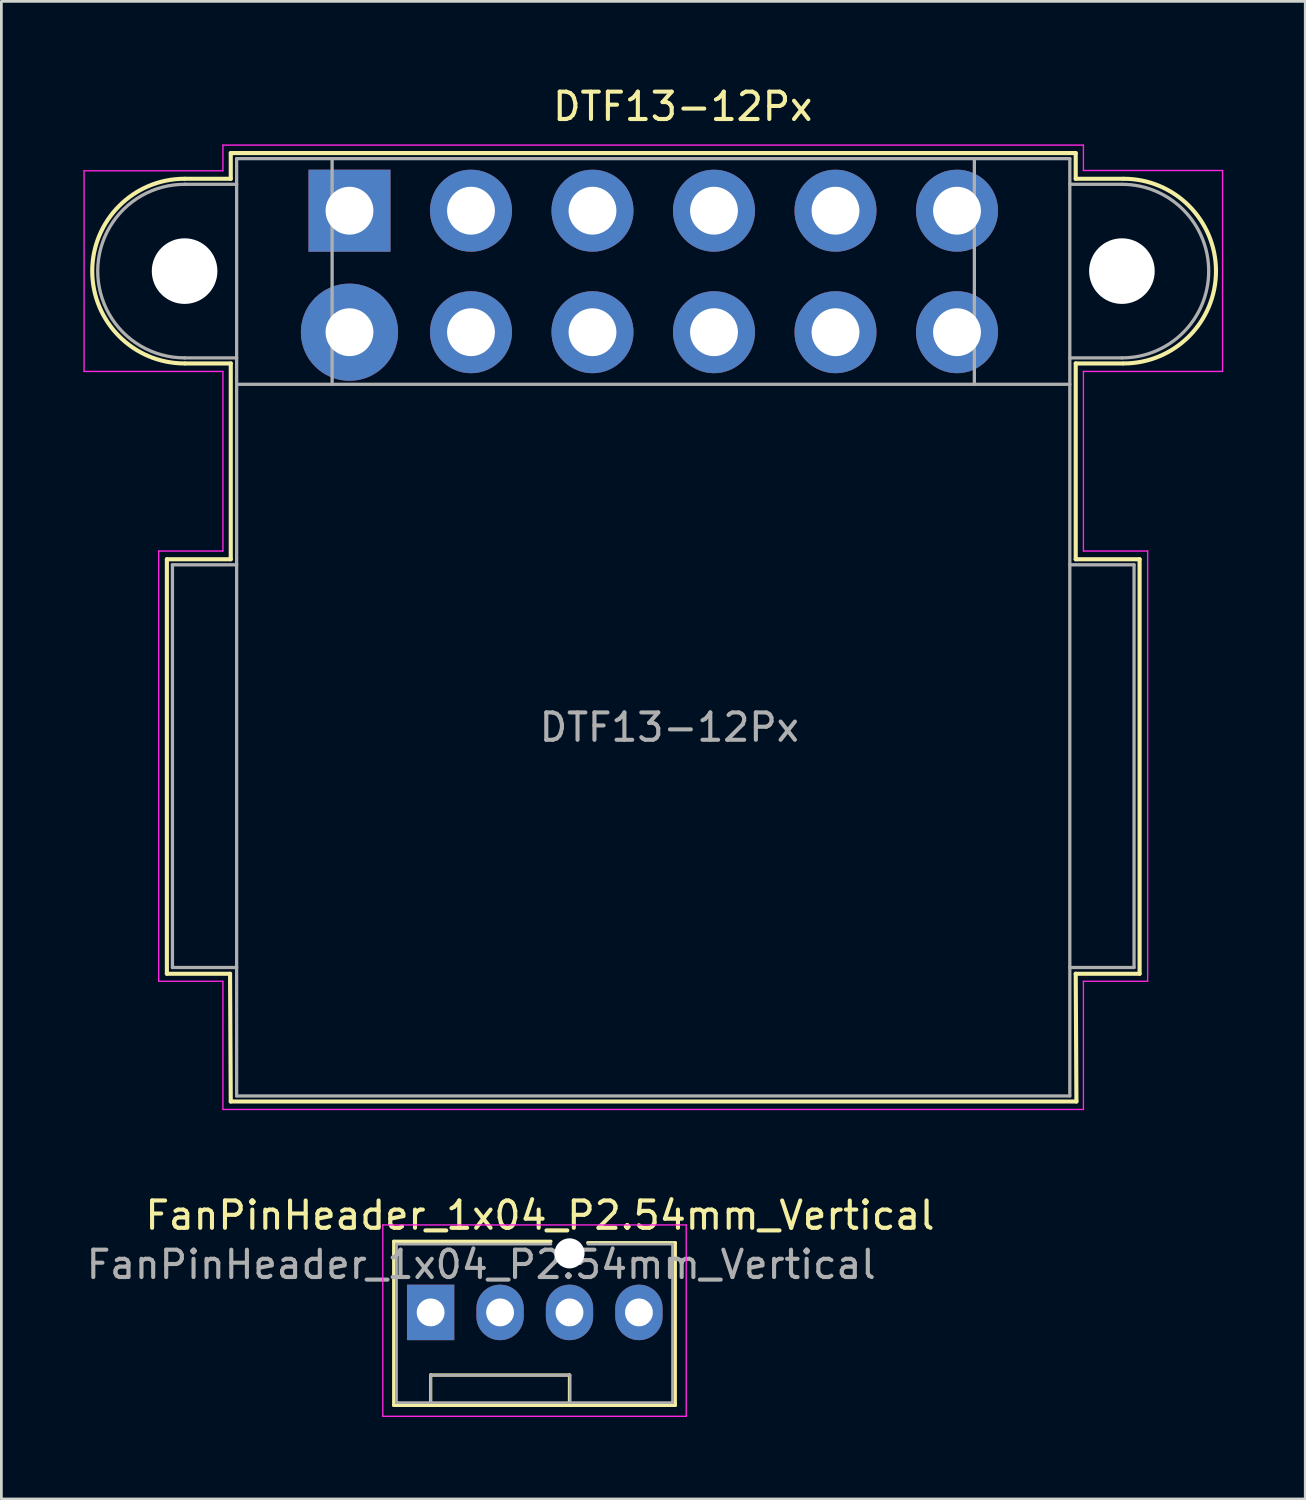
<source format=kicad_pcb>
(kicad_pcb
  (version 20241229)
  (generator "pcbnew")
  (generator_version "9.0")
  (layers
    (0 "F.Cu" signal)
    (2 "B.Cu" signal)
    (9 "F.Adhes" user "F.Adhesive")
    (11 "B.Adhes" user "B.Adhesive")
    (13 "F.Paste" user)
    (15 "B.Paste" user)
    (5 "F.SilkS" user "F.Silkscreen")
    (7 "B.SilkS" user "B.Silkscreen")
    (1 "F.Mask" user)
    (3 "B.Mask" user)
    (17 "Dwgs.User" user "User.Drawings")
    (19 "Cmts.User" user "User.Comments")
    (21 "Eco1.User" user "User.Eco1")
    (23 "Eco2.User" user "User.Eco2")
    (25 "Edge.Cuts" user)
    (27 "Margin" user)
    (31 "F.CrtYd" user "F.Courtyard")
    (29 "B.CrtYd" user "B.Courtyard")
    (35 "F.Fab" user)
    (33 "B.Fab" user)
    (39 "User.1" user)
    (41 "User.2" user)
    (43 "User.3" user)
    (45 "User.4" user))
  (footprint "FanPinHeader_1x04_P2.54mm_Vertical"
    (layer "F.Cu")
    (at 12.704 44.962)
    (property "Reference" "FanPinHeader_1x04_P2.54mm_Vertical" (at 4 -3.55 0) (layer "F.SilkS") (effects (font (size 1 1) (thickness 0.15))))
    (attr through_hole)
    (fp_line (start -1.35 -2.6) (end 4.4 -2.6) (stroke (width 0.12) (type solid)) (layer "F.SilkS"))
    (fp_line (start -1.35 3.4) (end -1.35 -2.6) (stroke (width 0.12) (type solid)) (layer "F.SilkS"))
    (fp_line (start 0 2.29) (end 5.08 2.29) (stroke (width 0.12) (type solid)) (layer "F.SilkS"))
    (fp_line (start 0 3.3) (end 0 2.29) (stroke (width 0.12) (type solid)) (layer "F.SilkS"))
    (fp_line (start 5.08 2.29) (end 5.08 3.3) (stroke (width 0.12) (type solid)) (layer "F.SilkS"))
    (fp_line (start 5.75 -2.55) (end 8.95 -2.55) (stroke (width 0.12) (type solid)) (layer "F.SilkS"))
    (fp_line (start 8.95 -2.55) (end 8.95 3.4) (stroke (width 0.12) (type solid)) (layer "F.SilkS"))
    (fp_line (start 8.95 3.4) (end -1.35 3.4) (stroke (width 0.12) (type solid)) (layer "F.SilkS"))
    (fp_line (start -1.75 3.8) (end -1.75 -3.2) (stroke (width 0.05) (type solid)) (layer "F.CrtYd"))
    (fp_line (start -1.75 3.8) (end 9.35 3.8) (stroke (width 0.05) (type solid)) (layer "F.CrtYd"))
    (fp_line (start 9.35 -3.2) (end -1.75 -3.2) (stroke (width 0.05) (type solid)) (layer "F.CrtYd"))
    (fp_line (start 9.35 -3.2) (end 9.35 3.8) (stroke (width 0.05) (type solid)) (layer "F.CrtYd"))
    (fp_line (start -1.25 -2.5) (end 4.4 -2.5) (stroke (width 0.1) (type solid)) (layer "F.Fab"))
    (fp_line (start -1.25 3.3) (end -1.25 -2.5) (stroke (width 0.1) (type solid)) (layer "F.Fab"))
    (fp_line (start -1.2 3.3) (end -1.25 3.3) (stroke (width 0.1) (type solid)) (layer "F.Fab"))
    (fp_line (start 0 2.3) (end 0 3.3) (stroke (width 0.1) (type solid)) (layer "F.Fab"))
    (fp_line (start 5.1 2.3) (end 0 2.3) (stroke (width 0.1) (type solid)) (layer "F.Fab"))
    (fp_line (start 5.1 3.3) (end 5.1 2.3) (stroke (width 0.1) (type solid)) (layer "F.Fab"))
    (fp_line (start 5.75 -2.5) (end 8.85 -2.5) (stroke (width 0.1) (type solid)) (layer "F.Fab"))
    (fp_line (start 8.85 -2.5) (end 8.85 3.3) (stroke (width 0.1) (type solid)) (layer "F.Fab"))
    (fp_line (start 8.85 3.3) (end -1.2 3.3) (stroke (width 0.1) (type solid)) (layer "F.Fab"))
    (fp_text user "${REFERENCE}" (at 1.85 -1.75 0) (layer "F.Fab") (effects (font (size 1 1) (thickness 0.15))))
    (pad "" np_thru_hole circle (at 5.08 -2.16 90) (size 1.1 1.1) (drill 1.1) (layers "*.Cu" "*.Mask"))
    (pad "1" thru_hole rect (at 0 0 90) (size 2.03 1.73) (drill 1.02) (layers "*.Cu" "*.Mask"))
    (pad "2" thru_hole oval (at 2.54 0 90) (size 2.03 1.73) (drill 1.02) (layers "*.Cu" "*.Mask"))
    (pad "3" thru_hole oval (at 5.08 0 90) (size 2.03 1.73) (drill 1.02) (layers "*.Cu" "*.Mask"))
    (pad "4" thru_hole oval (at 7.62 0 90) (size 2.03 1.73) (drill 1.02) (layers "*.Cu" "*.Mask")))
  (footprint "DTF13-12Px"
    (layer "F.Cu")
    (at 9.735 4.658)
    (property "Reference" "DTF13-12Px" (at 12.192 -3.81 0) (layer "F.SilkS") (effects (font (size 1 1) (thickness 0.15))))
    (attr through_hole)
    (fp_line (start -6.68 12.751) (end -4.343 12.751) (stroke (width 0.15) (type solid)) (layer "F.SilkS"))
    (fp_line (start -6.68 27.915) (end -6.68 12.751) (stroke (width 0.15) (type solid)) (layer "F.SilkS"))
    (fp_line (start -6.02 -1.168) (end -4.343 -1.168) (stroke (width 0.15) (type solid)) (layer "F.SilkS"))
    (fp_line (start -4.369 27.915) (end -6.68 27.915) (stroke (width 0.15) (type solid)) (layer "F.SilkS"))
    (fp_line (start -4.343 -2.108) (end 26.568 -2.108) (stroke (width 0.15) (type solid)) (layer "F.SilkS"))
    (fp_line (start -4.343 -1.168) (end -4.343 -2.108) (stroke (width 0.15) (type solid)) (layer "F.SilkS"))
    (fp_line (start -4.343 5.588) (end -6.02 5.588) (stroke (width 0.15) (type solid)) (layer "F.SilkS"))
    (fp_line (start -4.343 12.751) (end -4.343 5.588) (stroke (width 0.15) (type solid)) (layer "F.SilkS"))
    (fp_line (start -4.343 32.588) (end -4.369 27.915) (stroke (width 0.15) (type solid)) (layer "F.SilkS"))
    (fp_line (start 26.568 -1.168) (end 26.568 -2.108) (stroke (width 0.15) (type solid)) (layer "F.SilkS"))
    (fp_line (start 26.568 5.588) (end 26.568 12.751) (stroke (width 0.15) (type solid)) (layer "F.SilkS"))
    (fp_line (start 26.568 12.751) (end 28.905 12.751) (stroke (width 0.15) (type solid)) (layer "F.SilkS"))
    (fp_line (start 26.568 27.915) (end 26.594 32.588) (stroke (width 0.15) (type solid)) (layer "F.SilkS"))
    (fp_line (start 26.594 32.588) (end -4.343 32.588) (stroke (width 0.15) (type solid)) (layer "F.SilkS"))
    (fp_line (start 28.296 -1.168) (end 26.568 -1.168) (stroke (width 0.15) (type solid)) (layer "F.SilkS"))
    (fp_line (start 28.296 5.588) (end 26.568 5.588) (stroke (width 0.15) (type solid)) (layer "F.SilkS"))
    (fp_line (start 28.905 27.915) (end 26.568 27.915) (stroke (width 0.15) (type solid)) (layer "F.SilkS"))
    (fp_line (start 28.905 27.915) (end 28.905 12.751) (stroke (width 0.15) (type solid)) (layer "F.SilkS"))
    (fp_arc (start -6.0325 5.588) (mid -9.4107 2.2098) (end -6.0325 -1.1684) (stroke (width 0.15) (type solid)) (layer "F.SilkS"))
    (fp_arc (start 28.321 -1.1684) (mid 31.6992 2.2098) (end 28.321 5.588) (stroke (width 0.15) (type solid)) (layer "F.SilkS"))
    (fp_line (start -9.71 -1.46) (end -4.63 -1.46) (stroke (width 0.05) (type solid)) (layer "F.CrtYd"))
    (fp_line (start -9.71 5.88) (end -9.71 -1.46) (stroke (width 0.05) (type solid)) (layer "F.CrtYd"))
    (fp_line (start -9.71 5.88) (end -4.63 5.88) (stroke (width 0.05) (type solid)) (layer "F.CrtYd"))
    (fp_line (start -6.98 12.45) (end -4.63 12.45) (stroke (width 0.05) (type solid)) (layer "F.CrtYd"))
    (fp_line (start -6.98 28.19) (end -6.98 12.45) (stroke (width 0.05) (type solid)) (layer "F.CrtYd"))
    (fp_line (start -6.98 28.19) (end -4.63 28.19) (stroke (width 0.05) (type solid)) (layer "F.CrtYd"))
    (fp_line (start -4.63 -2.4) (end 26.85 -2.4) (stroke (width 0.05) (type solid)) (layer "F.CrtYd"))
    (fp_line (start -4.63 -1.46) (end -4.63 -2.4) (stroke (width 0.05) (type solid)) (layer "F.CrtYd"))
    (fp_line (start -4.63 12.45) (end -4.63 5.88) (stroke (width 0.05) (type solid)) (layer "F.CrtYd"))
    (fp_line (start -4.63 32.88) (end -4.63 28.19) (stroke (width 0.05) (type solid)) (layer "F.CrtYd"))
    (fp_line (start -4.63 32.88) (end 26.85 32.88) (stroke (width 0.05) (type solid)) (layer "F.CrtYd"))
    (fp_line (start 26.85 -1.47) (end 26.85 -2.4) (stroke (width 0.05) (type solid)) (layer "F.CrtYd"))
    (fp_line (start 26.85 -1.47) (end 31.94 -1.47) (stroke (width 0.05) (type solid)) (layer "F.CrtYd"))
    (fp_line (start 26.85 5.88) (end 26.85 12.45) (stroke (width 0.05) (type solid)) (layer "F.CrtYd"))
    (fp_line (start 26.85 5.88) (end 31.94 5.88) (stroke (width 0.05) (type solid)) (layer "F.CrtYd"))
    (fp_line (start 26.85 12.45) (end 29.2 12.45) (stroke (width 0.05) (type solid)) (layer "F.CrtYd"))
    (fp_line (start 26.85 28.19) (end 26.85 32.88) (stroke (width 0.05) (type solid)) (layer "F.CrtYd"))
    (fp_line (start 26.85 28.19) (end 29.2 28.19) (stroke (width 0.05) (type solid)) (layer "F.CrtYd"))
    (fp_line (start 29.2 12.45) (end 29.2 28.19) (stroke (width 0.05) (type solid)) (layer "F.CrtYd"))
    (fp_line (start 31.94 -1.47) (end 31.94 5.88) (stroke (width 0.05) (type solid)) (layer "F.CrtYd"))
    (fp_line (start -6.477 12.954) (end -6.477 27.686) (stroke (width 0.12) (type solid)) (layer "F.Fab"))
    (fp_line (start -6.477 27.686) (end -4.128 27.686) (stroke (width 0.12) (type solid)) (layer "F.Fab"))
    (fp_line (start -6.032 -0.965) (end -4.128 -0.965) (stroke (width 0.12) (type solid)) (layer "F.Fab"))
    (fp_line (start -6.032 5.385) (end -4.128 5.385) (stroke (width 0.12) (type solid)) (layer "F.Fab"))
    (fp_line (start -4.128 -1.905) (end -4.128 32.385) (stroke (width 0.12) (type solid)) (layer "F.Fab"))
    (fp_line (start -4.128 12.954) (end -6.477 12.954) (stroke (width 0.12) (type solid)) (layer "F.Fab"))
    (fp_line (start -0.635 -1.905) (end -4.128 -1.905) (stroke (width 0.12) (type solid)) (layer "F.Fab"))
    (fp_line (start -0.635 -1.905) (end -0.635 6.35) (stroke (width 0.12) (type solid)) (layer "F.Fab"))
    (fp_line (start -0.635 -1.905) (end 22.86 -1.905) (stroke (width 0.12) (type solid)) (layer "F.Fab"))
    (fp_line (start -0.635 6.35) (end -4.128 6.35) (stroke (width 0.12) (type solid)) (layer "F.Fab"))
    (fp_line (start -0.635 6.35) (end 22.86 6.35) (stroke (width 0.12) (type solid)) (layer "F.Fab"))
    (fp_line (start 22.86 -1.905) (end 22.86 6.35) (stroke (width 0.12) (type solid)) (layer "F.Fab"))
    (fp_line (start 22.86 -1.905) (end 26.352 -1.905) (stroke (width 0.12) (type solid)) (layer "F.Fab"))
    (fp_line (start 22.86 6.35) (end 26.352 6.35) (stroke (width 0.12) (type solid)) (layer "F.Fab"))
    (fp_line (start 26.352 -1.905) (end 26.352 32.385) (stroke (width 0.12) (type solid)) (layer "F.Fab"))
    (fp_line (start 26.352 12.954) (end 28.702 12.954) (stroke (width 0.12) (type solid)) (layer "F.Fab"))
    (fp_line (start 26.352 32.385) (end -4.128 32.385) (stroke (width 0.12) (type solid)) (layer "F.Fab"))
    (fp_line (start 28.258 -0.965) (end 26.352 -0.965) (stroke (width 0.12) (type solid)) (layer "F.Fab"))
    (fp_line (start 28.258 5.385) (end 26.352 5.385) (stroke (width 0.12) (type solid)) (layer "F.Fab"))
    (fp_line (start 28.702 12.954) (end 28.702 27.686) (stroke (width 0.12) (type solid)) (layer "F.Fab"))
    (fp_line (start 28.702 27.686) (end 26.352 27.686) (stroke (width 0.12) (type solid)) (layer "F.Fab"))
    (fp_arc (start -6.0325 5.3848) (mid -9.207456 2.193176) (end -5.999252 -0.965026) (stroke (width 0.12) (type solid)) (layer "F.Fab"))
    (fp_arc (start 28.2575 -0.9652) (mid 31.4325 2.2098) (end 28.2575 5.3848) (stroke (width 0.12) (type solid)) (layer "F.Fab"))
    (fp_text user "${REFERENCE}" (at 11.7 18.9 0) (layer "F.Fab") (effects (font (size 1 1) (thickness 0.15))))
    (pad "" np_thru_hole circle (at -6.032 2.21) (size 2.4 2.4) (drill 2.4) (layers "*.Cu" "*.Mask"))
    (pad "" np_thru_hole circle (at 28.258 2.21) (size 2.4 2.4) (drill 2.4) (layers "*.Cu" "*.Mask"))
    (pad "1" thru_hole rect (at 0 0) (size 3 3) (drill 1.75) (layers "*.Cu" "*.Mask"))
    (pad "2" thru_hole circle (at 4.445 0) (size 3 3) (drill 1.75) (layers "*.Cu" "*.Mask"))
    (pad "3" thru_hole circle (at 8.89 0) (size 3 3) (drill 1.75) (layers "*.Cu" "*.Mask"))
    (pad "4" thru_hole circle (at 13.335 0) (size 3 3) (drill 1.75) (layers "*.Cu" "*.Mask"))
    (pad "5" thru_hole circle (at 17.78 0) (size 3 3) (drill 1.75) (layers "*.Cu" "*.Mask"))
    (pad "6" thru_hole circle (at 22.225 0) (size 3 3) (drill 1.75) (layers "*.Cu" "*.Mask"))
    (pad "7" thru_hole circle (at 22.225 4.445) (size 3 3) (drill 1.75) (layers "*.Cu" "*.Mask"))
    (pad "8" thru_hole circle (at 17.78 4.445) (size 3 3) (drill 1.75) (layers "*.Cu" "*.Mask"))
    (pad "9" thru_hole circle (at 13.335 4.445) (size 3 3) (drill 1.75) (layers "*.Cu" "*.Mask"))
    (pad "10" thru_hole circle (at 8.89 4.445) (size 3 3) (drill 1.75) (layers "*.Cu" "*.Mask"))
    (pad "11" thru_hole circle (at 4.445 4.445) (size 3 3) (drill 1.75) (layers "*.Cu" "*.Mask"))
    (pad "12" thru_hole circle (at 0 4.445) (size 3.556 3.556) (drill 1.75) (layers "*.Cu" "*.Mask")))
  (gr_rect
    (start -3 -3)
    (end 44.7 51.786)
    (stroke (width 0.1) (type default))
    (fill no)
    (layer "Edge.Cuts")))
</source>
